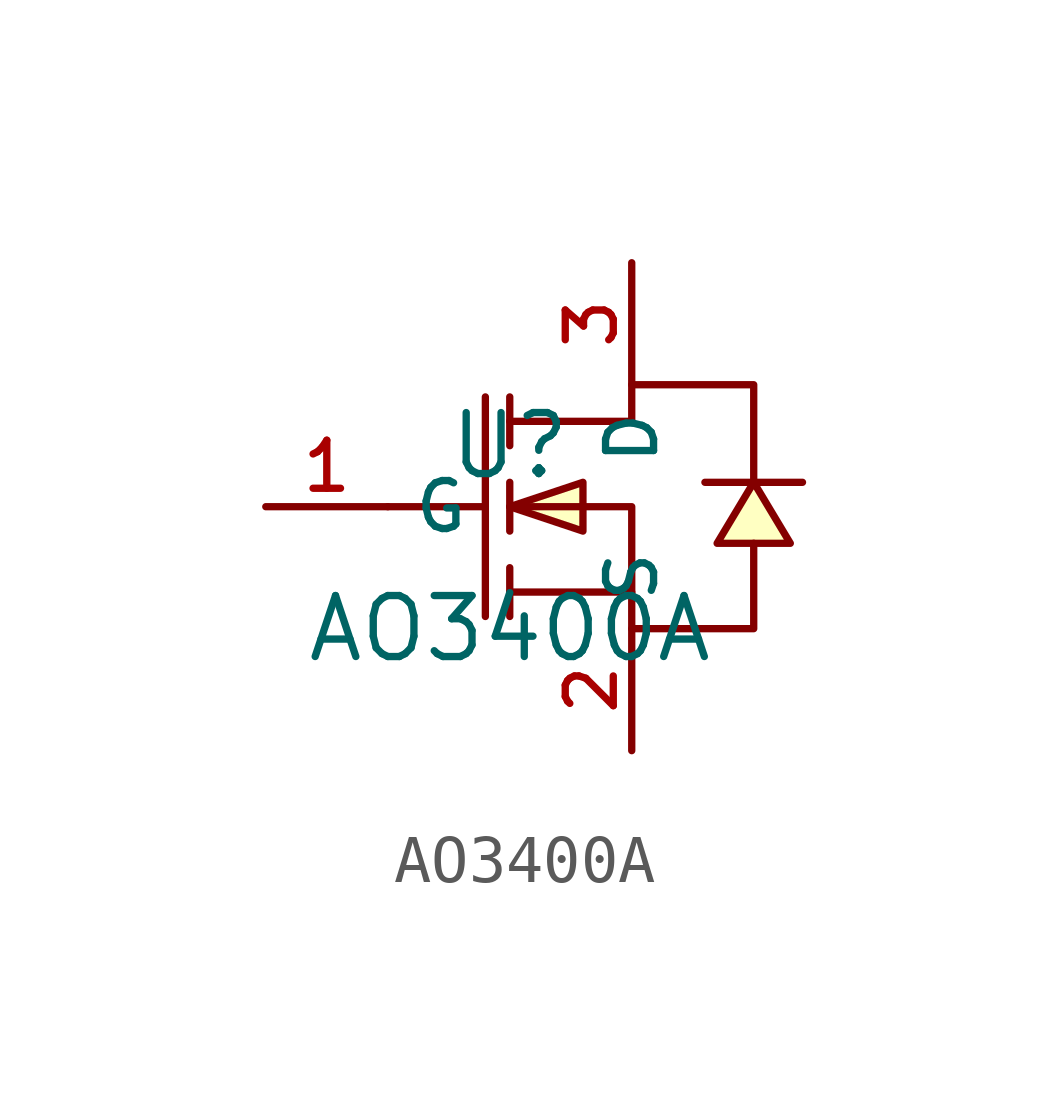
<source format=kicad_sym>
(kicad_symbol_lib
  (version 20210201)
  (generator TousstNicolas/JLC2KiCad_lib)
  (symbol "AO3400A"
    (property "Reference" "U"
      (at 0 1.27 0)
      (effects (font (size 1.27 1.27))))
    (property "Value" "AO3400A"
      (at 0 -2.54 0)
      (effects (font (size 1.27 1.27))))
    (symbol "AO3400A_0_1"
      (polyline (pts (xy 0.0 -0.0) (xy 1.524 -0.508) (xy 1.524 0.508) (xy 0.0 -0.0)) (stroke (width 0) (type default) (color 0 0 0 0)) (fill (type background)))
      (polyline (pts (xy 5.08 0.508) (xy 4.318 -0.762) (xy 5.842 -0.762) (xy 5.08 0.508)) (stroke (width 0) (type default) (color 0 0 0 0)) (fill (type background)))
      (polyline (pts (xy 0.0 1.778) (xy 2.54 1.778) (xy 2.54 2.54) (xy 5.08 2.54) (xy 5.08 0.508)) (stroke (width 0) (type default) (color 0 0 0 0)) (fill (type none)))
      (polyline (pts (xy 0.0 -0.0) (xy 2.54 -0.0) (xy 2.54 -2.54) (xy 5.08 -2.54) (xy 5.08 -0.762)) (stroke (width 0) (type default) (color 0 0 0 0)) (fill (type none)))
      (polyline (pts (xy 2.54 -1.778) (xy 0.0 -1.778)) (stroke (width 0) (type default) (color 0 0 0 0)) (fill (type none)))
      (polyline (pts (xy -0.508 2.286) (xy -0.508 -2.286)) (stroke (width 0) (type default) (color 0 0 0 0)) (fill (type none)))
      (polyline (pts (xy 0.0 2.286) (xy 0.0 1.27)) (stroke (width 0) (type default) (color 0 0 0 0)) (fill (type none)))
      (polyline (pts (xy 0.0 -0.508) (xy 0.0 0.508)) (stroke (width 0) (type default) (color 0 0 0 0)) (fill (type none)))
      (polyline (pts (xy 0.0 -2.286) (xy 0.0 -1.27)) (stroke (width 0) (type default) (color 0 0 0 0)) (fill (type none)))
      (polyline (pts (xy -2.54 -0.0) (xy -0.508 -0.0)) (stroke (width 0) (type default) (color 0 0 0 0)) (fill (type none)))
      (polyline (pts (xy 6.096 0.508) (xy 5.588 0.508) (xy 4.572 0.508) (xy 4.064 0.508)) (stroke (width 0) (type default) (color 0 0 0 0)) (fill (type none)))
      (pin unspecified line (at 2.54 5.08 270) (length 2.54) (name "D" (effects (font (size 1 1)))) (number "3" (effects (font (size 1 1)))))
      (pin unspecified line (at -5.08 -0.0 0) (length 2.54) (name "G" (effects (font (size 1 1)))) (number "1" (effects (font (size 1 1)))))
      (pin unspecified line (at 2.54 -5.08 90) (length 2.54) (name "S" (effects (font (size 1 1)))) (number "2" (effects (font (size 1 1))))))))
</source>
